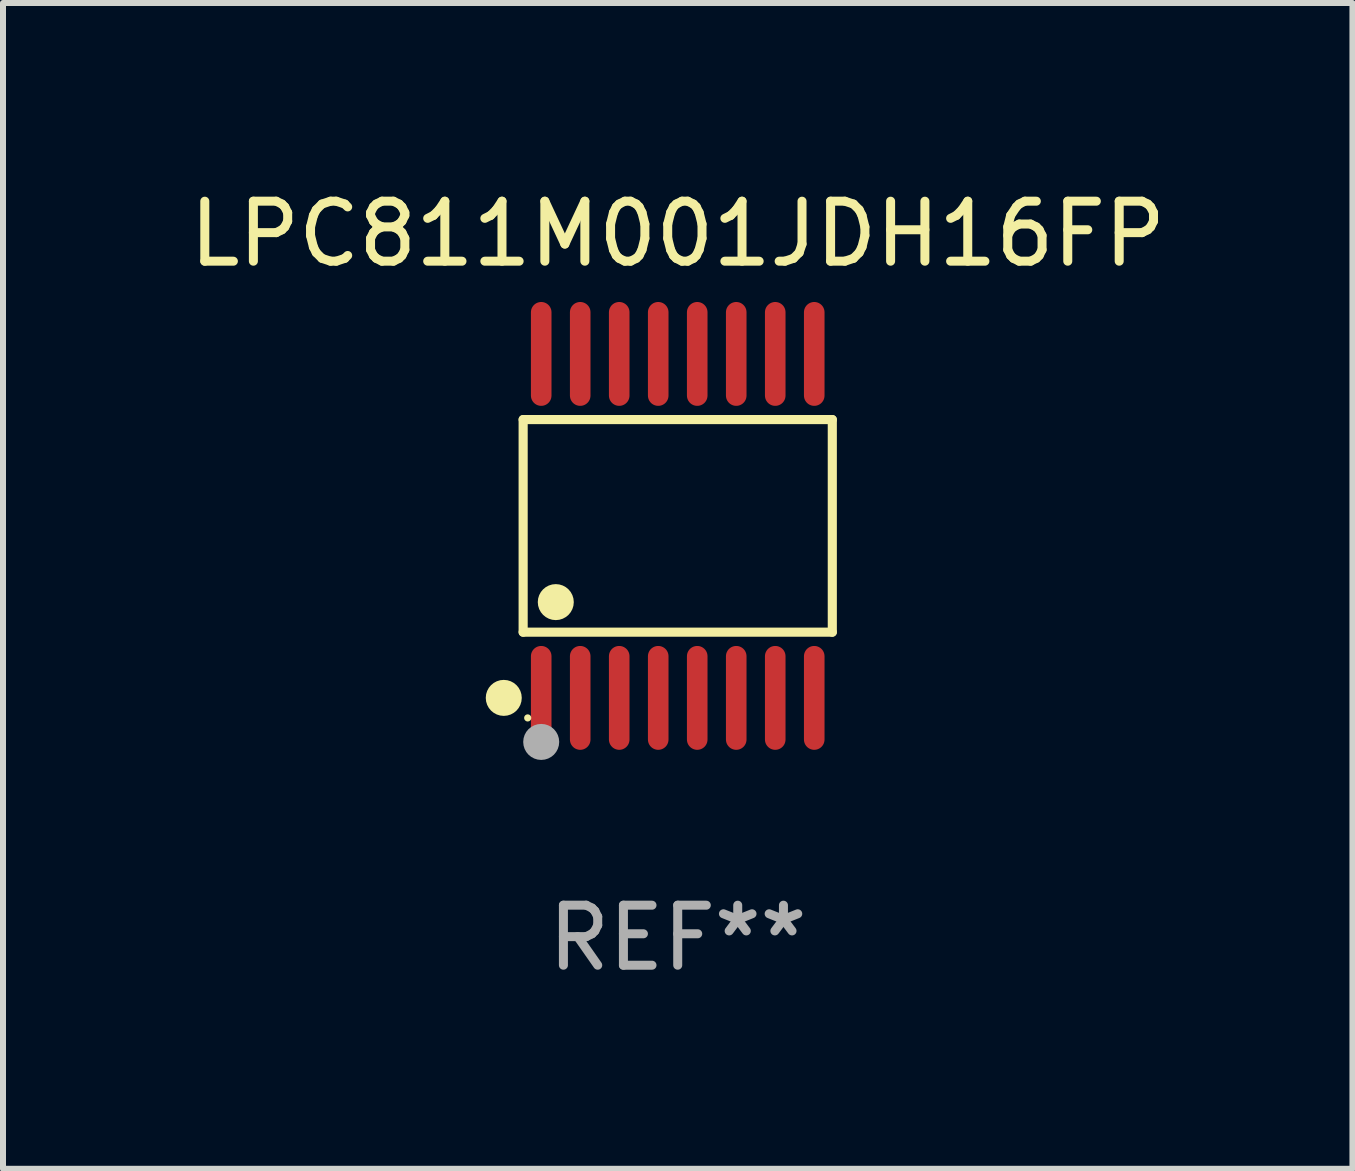
<source format=kicad_pcb>
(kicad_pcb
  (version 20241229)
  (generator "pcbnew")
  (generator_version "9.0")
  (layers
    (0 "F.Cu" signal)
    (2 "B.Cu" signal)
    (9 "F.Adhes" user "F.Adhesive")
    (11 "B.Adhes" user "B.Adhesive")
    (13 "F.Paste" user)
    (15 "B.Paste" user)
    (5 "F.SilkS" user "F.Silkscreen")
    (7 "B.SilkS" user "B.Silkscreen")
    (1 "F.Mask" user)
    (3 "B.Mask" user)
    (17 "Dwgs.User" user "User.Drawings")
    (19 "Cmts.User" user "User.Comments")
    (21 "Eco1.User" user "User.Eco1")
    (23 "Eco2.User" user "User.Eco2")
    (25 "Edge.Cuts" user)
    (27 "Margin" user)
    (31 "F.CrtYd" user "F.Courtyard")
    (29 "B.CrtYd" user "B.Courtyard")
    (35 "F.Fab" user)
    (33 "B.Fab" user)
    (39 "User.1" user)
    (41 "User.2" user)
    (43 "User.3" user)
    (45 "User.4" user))
  (footprint "LPC811M001JDH16FP"
    (layer "F.Cu")
    (at 8.244 5.714)
    (property "Reference" "LPC811M001JDH16FP" (at 0 -4.866 0) (layer "F.SilkS") (effects (font (size 1 1) (thickness 0.15))))
    (attr through_hole)
    (fp_line (start -2.576 -1.772) (end 2.576 -1.772) (stroke (width 0.152) (type solid)) (layer "F.SilkS"))
    (fp_line (start -2.576 1.771) (end -2.576 -1.772) (stroke (width 0.152) (type solid)) (layer "F.SilkS"))
    (fp_line (start 2.576 -1.772) (end 2.576 1.771) (stroke (width 0.152) (type solid)) (layer "F.SilkS"))
    (fp_line (start 2.576 1.771) (end -2.576 1.771) (stroke (width 0.152) (type solid)) (layer "F.SilkS"))
    (fp_circle (center -2.899 2.866) (end -2.749 2.866) (stroke (width 0.3) (type solid)) (fill no) (layer "F.SilkS"))
    (fp_circle (center -2.5 3.2) (end -2.47 3.2) (stroke (width 0.06) (type solid)) (fill no) (layer "F.SilkS"))
    (fp_circle (center -2.032 1.27) (end -1.882 1.27) (stroke (width 0.3) (type solid)) (fill no) (layer "F.SilkS"))
    (fp_circle (center -2.275 3.6) (end -2.125 3.6) (stroke (width 0.3) (type solid)) (fill no) (layer "F.Fab"))
    (fp_text user "REF**" (at 0 6.866 0) (layer "F.Fab") (effects (font (size 1 1) (thickness 0.15))))
    (pad "1" smd oval (at -2.275 2.866) (size 0.343 1.731) (layers "F.Cu" "F.Mask" "F.Paste"))
    (pad "2" smd oval (at -1.625 2.866) (size 0.343 1.731) (layers "F.Cu" "F.Mask" "F.Paste"))
    (pad "3" smd oval (at -0.975 2.866) (size 0.343 1.731) (layers "F.Cu" "F.Mask" "F.Paste"))
    (pad "4" smd oval (at -0.325 2.866) (size 0.343 1.731) (layers "F.Cu" "F.Mask" "F.Paste"))
    (pad "5" smd oval (at 0.325 2.866) (size 0.343 1.731) (layers "F.Cu" "F.Mask" "F.Paste"))
    (pad "6" smd oval (at 0.975 2.866) (size 0.343 1.731) (layers "F.Cu" "F.Mask" "F.Paste"))
    (pad "7" smd oval (at 1.625 2.866) (size 0.343 1.731) (layers "F.Cu" "F.Mask" "F.Paste"))
    (pad "8" smd oval (at 2.275 2.866) (size 0.343 1.731) (layers "F.Cu" "F.Mask" "F.Paste"))
    (pad "9" smd oval (at 2.275 -2.866) (size 0.343 1.731) (layers "F.Cu" "F.Mask" "F.Paste"))
    (pad "10" smd oval (at 1.625 -2.866) (size 0.343 1.731) (layers "F.Cu" "F.Mask" "F.Paste"))
    (pad "11" smd oval (at 0.975 -2.866) (size 0.343 1.731) (layers "F.Cu" "F.Mask" "F.Paste"))
    (pad "12" smd oval (at 0.325 -2.866) (size 0.343 1.731) (layers "F.Cu" "F.Mask" "F.Paste"))
    (pad "13" smd oval (at -0.325 -2.866) (size 0.343 1.731) (layers "F.Cu" "F.Mask" "F.Paste"))
    (pad "14" smd oval (at -0.975 -2.866) (size 0.343 1.731) (layers "F.Cu" "F.Mask" "F.Paste"))
    (pad "15" smd oval (at -1.625 -2.866) (size 0.343 1.731) (layers "F.Cu" "F.Mask" "F.Paste"))
    (pad "16" smd oval (at -2.275 -2.866) (size 0.343 1.731) (layers "F.Cu" "F.Mask" "F.Paste")))
  (gr_rect
    (start -3 -3)
    (end 19.488 16.428)
    (stroke (width 0.1) (type default))
    (fill no)
    (layer "Edge.Cuts")))
</source>
